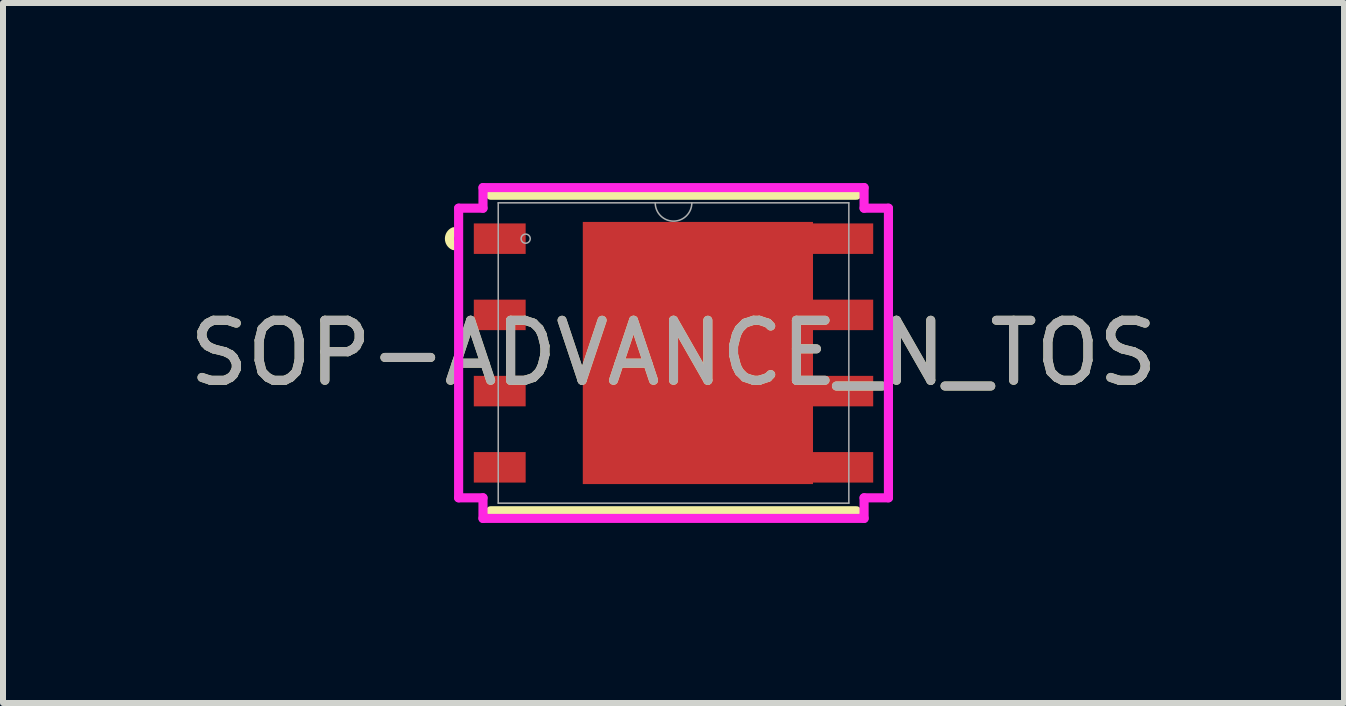
<source format=kicad_pcb>
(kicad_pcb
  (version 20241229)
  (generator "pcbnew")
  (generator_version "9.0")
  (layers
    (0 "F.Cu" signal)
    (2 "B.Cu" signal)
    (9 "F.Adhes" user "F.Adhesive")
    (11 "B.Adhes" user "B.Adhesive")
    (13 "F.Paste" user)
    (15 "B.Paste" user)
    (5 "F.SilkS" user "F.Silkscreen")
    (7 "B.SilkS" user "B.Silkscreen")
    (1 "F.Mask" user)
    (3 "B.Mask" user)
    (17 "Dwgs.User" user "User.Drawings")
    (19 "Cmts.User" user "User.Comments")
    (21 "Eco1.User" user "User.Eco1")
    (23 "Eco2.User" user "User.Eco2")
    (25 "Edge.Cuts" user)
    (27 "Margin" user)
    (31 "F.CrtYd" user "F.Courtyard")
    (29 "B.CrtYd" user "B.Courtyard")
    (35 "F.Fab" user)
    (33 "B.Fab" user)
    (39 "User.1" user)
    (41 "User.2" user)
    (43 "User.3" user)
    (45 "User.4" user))
  (footprint "SOP-ADVANCE_N_TOS"
    (layer "F.Cu")
    (at 8.173 2.832)
    (property "Reference" "SOP-ADVANCE_N_TOS" (at 0 0 0) (unlocked yes) (layer "F.SilkS") (effects (font (size 1 1) (thickness 0.15))))
    (attr smd)
    (fp_poly (pts (xy 2.324 -2.184) (xy 2.324 -2.159) (xy 3.327 -2.159) (xy 3.327 -1.651) (xy 2.324 -1.651) (xy 2.324 -0.889) (xy 3.327 -0.889) (xy 3.327 -0.381) (xy 2.324 -0.381) (xy 2.324 0.381) (xy 3.327 0.381) (xy 3.327 0.889) (xy 2.324 0.889) (xy 2.324 1.651) (xy 3.327 1.651) (xy 3.327 2.159) (xy 2.324 2.159) (xy 2.324 2.184) (xy -1.512 2.184) (xy -1.512 -2.184)) (stroke (width 0) (type solid)) (fill yes) (layer "F.Cu"))
    (fp_poly (pts (xy 2.324 -2.184) (xy 2.324 -2.159) (xy 3.327 -2.159) (xy 3.327 -1.651) (xy 2.324 -1.651) (xy 2.324 -0.889) (xy 3.327 -0.889) (xy 3.327 -0.381) (xy 2.324 -0.381) (xy 2.324 0.381) (xy 3.327 0.381) (xy 3.327 0.889) (xy 2.324 0.889) (xy 2.324 1.651) (xy 3.327 1.651) (xy 3.327 2.159) (xy 2.324 2.159) (xy 2.324 2.184) (xy -1.512 2.184) (xy -1.512 -2.184)) (stroke (width 0) (type solid)) (fill yes) (layer "F.Mask"))
    (fp_line (start -3.048 2.629) (end 3.048 2.629) (stroke (width 0.152) (type solid)) (layer "F.SilkS"))
    (fp_line (start 3.048 -2.629) (end -3.048 -2.629) (stroke (width 0.152) (type solid)) (layer "F.SilkS"))
    (fp_arc (start -3.66014 -1.789744) (mid -3.7338 -1.905) (end -3.66014 -2.020256) (stroke (width 0.1524) (type solid)) (layer "F.SilkS"))
    (fp_poly (pts (xy 2.324 -2.184) (xy 2.324 -2.159) (xy 3.327 -2.159) (xy 3.327 -1.651) (xy 2.324 -1.651) (xy 2.324 -0.889) (xy 3.327 -0.889) (xy 3.327 -0.381) (xy 2.324 -0.381) (xy 2.324 0.381) (xy 3.327 0.381) (xy 3.327 0.889) (xy 2.324 0.889) (xy 2.324 1.651) (xy 3.327 1.651) (xy 3.327 2.159) (xy 2.324 2.159) (xy 2.324 2.184) (xy -1.512 2.184) (xy -1.512 -2.184)) (stroke (width 0) (type solid)) (fill yes) (layer "F.Paste"))
    (fp_line (start -3.581 -2.413) (end -3.175 -2.413) (stroke (width 0.152) (type solid)) (layer "F.CrtYd"))
    (fp_line (start -3.581 2.413) (end -3.581 -2.413) (stroke (width 0.152) (type solid)) (layer "F.CrtYd"))
    (fp_line (start -3.175 -2.756) (end 3.175 -2.756) (stroke (width 0.152) (type solid)) (layer "F.CrtYd"))
    (fp_line (start -3.175 -2.413) (end -3.175 -2.756) (stroke (width 0.152) (type solid)) (layer "F.CrtYd"))
    (fp_line (start -3.175 2.413) (end -3.581 2.413) (stroke (width 0.152) (type solid)) (layer "F.CrtYd"))
    (fp_line (start -3.175 2.756) (end -3.175 2.413) (stroke (width 0.152) (type solid)) (layer "F.CrtYd"))
    (fp_line (start 3.175 -2.756) (end 3.175 -2.413) (stroke (width 0.152) (type solid)) (layer "F.CrtYd"))
    (fp_line (start 3.175 -2.413) (end 3.581 -2.413) (stroke (width 0.152) (type solid)) (layer "F.CrtYd"))
    (fp_line (start 3.175 2.413) (end 3.175 2.756) (stroke (width 0.152) (type solid)) (layer "F.CrtYd"))
    (fp_line (start 3.175 2.756) (end -3.175 2.756) (stroke (width 0.152) (type solid)) (layer "F.CrtYd"))
    (fp_line (start 3.581 -2.413) (end 3.581 2.413) (stroke (width 0.152) (type solid)) (layer "F.CrtYd"))
    (fp_line (start 3.581 2.413) (end 3.175 2.413) (stroke (width 0.152) (type solid)) (layer "F.CrtYd"))
    (fp_line (start -2.921 -2.502) (end -2.921 2.502) (stroke (width 0.025) (type solid)) (layer "F.Fab"))
    (fp_line (start -2.921 2.502) (end 2.921 2.502) (stroke (width 0.025) (type solid)) (layer "F.Fab"))
    (fp_line (start 2.921 -2.502) (end -2.921 -2.502) (stroke (width 0.025) (type solid)) (layer "F.Fab"))
    (fp_line (start 2.921 2.502) (end 2.921 -2.502) (stroke (width 0.025) (type solid)) (layer "F.Fab"))
    (fp_arc (start 0.3048 -2.5019) (mid 0 -2.1971) (end -0.3048 -2.5019) (stroke (width 0.0254) (type solid)) (layer "F.Fab"))
    (fp_circle (center -2.464 -1.905) (end -2.388 -1.905) (stroke (width 0.025) (type solid)) (fill no) (layer "F.Fab"))
    (fp_text user "${REFERENCE}" (at 0 0 0) (unlocked yes) (layer "F.Fab") (effects (font (size 1 1) (thickness 0.15))))
    (pad "1" smd rect (at -2.896 -1.905) (size 0.864 0.508) (layers "F.Cu" "F.Mask" "F.Paste"))
    (pad "2" smd rect (at -2.896 -0.635) (size 0.864 0.508) (layers "F.Cu" "F.Mask" "F.Paste"))
    (pad "3" smd rect (at -2.896 0.635) (size 0.864 0.508) (layers "F.Cu" "F.Mask" "F.Paste"))
    (pad "4" smd rect (at -2.896 1.905) (size 0.864 0.508) (layers "F.Cu" "F.Mask" "F.Paste"))
    (pad "5" smd rect (at 2.896 1.905) (size 0.127 0.127) (layers "F.Cu" "F.Mask" "F.Paste"))
    (pad "6" smd rect (at 2.896 0.635) (size 0.127 0.127) (layers "F.Cu" "F.Mask" "F.Paste"))
    (pad "7" smd rect (at 2.896 -0.635) (size 0.127 0.127) (layers "F.Cu" "F.Mask" "F.Paste"))
    (pad "8" smd rect (at 2.896 -1.905) (size 0.127 0.127) (layers "F.Cu" "F.Mask" "F.Paste")))
  (gr_rect
    (start -3 -3)
    (end 19.345 8.664)
    (stroke (width 0.1) (type default))
    (fill no)
    (layer "Edge.Cuts")))
</source>
